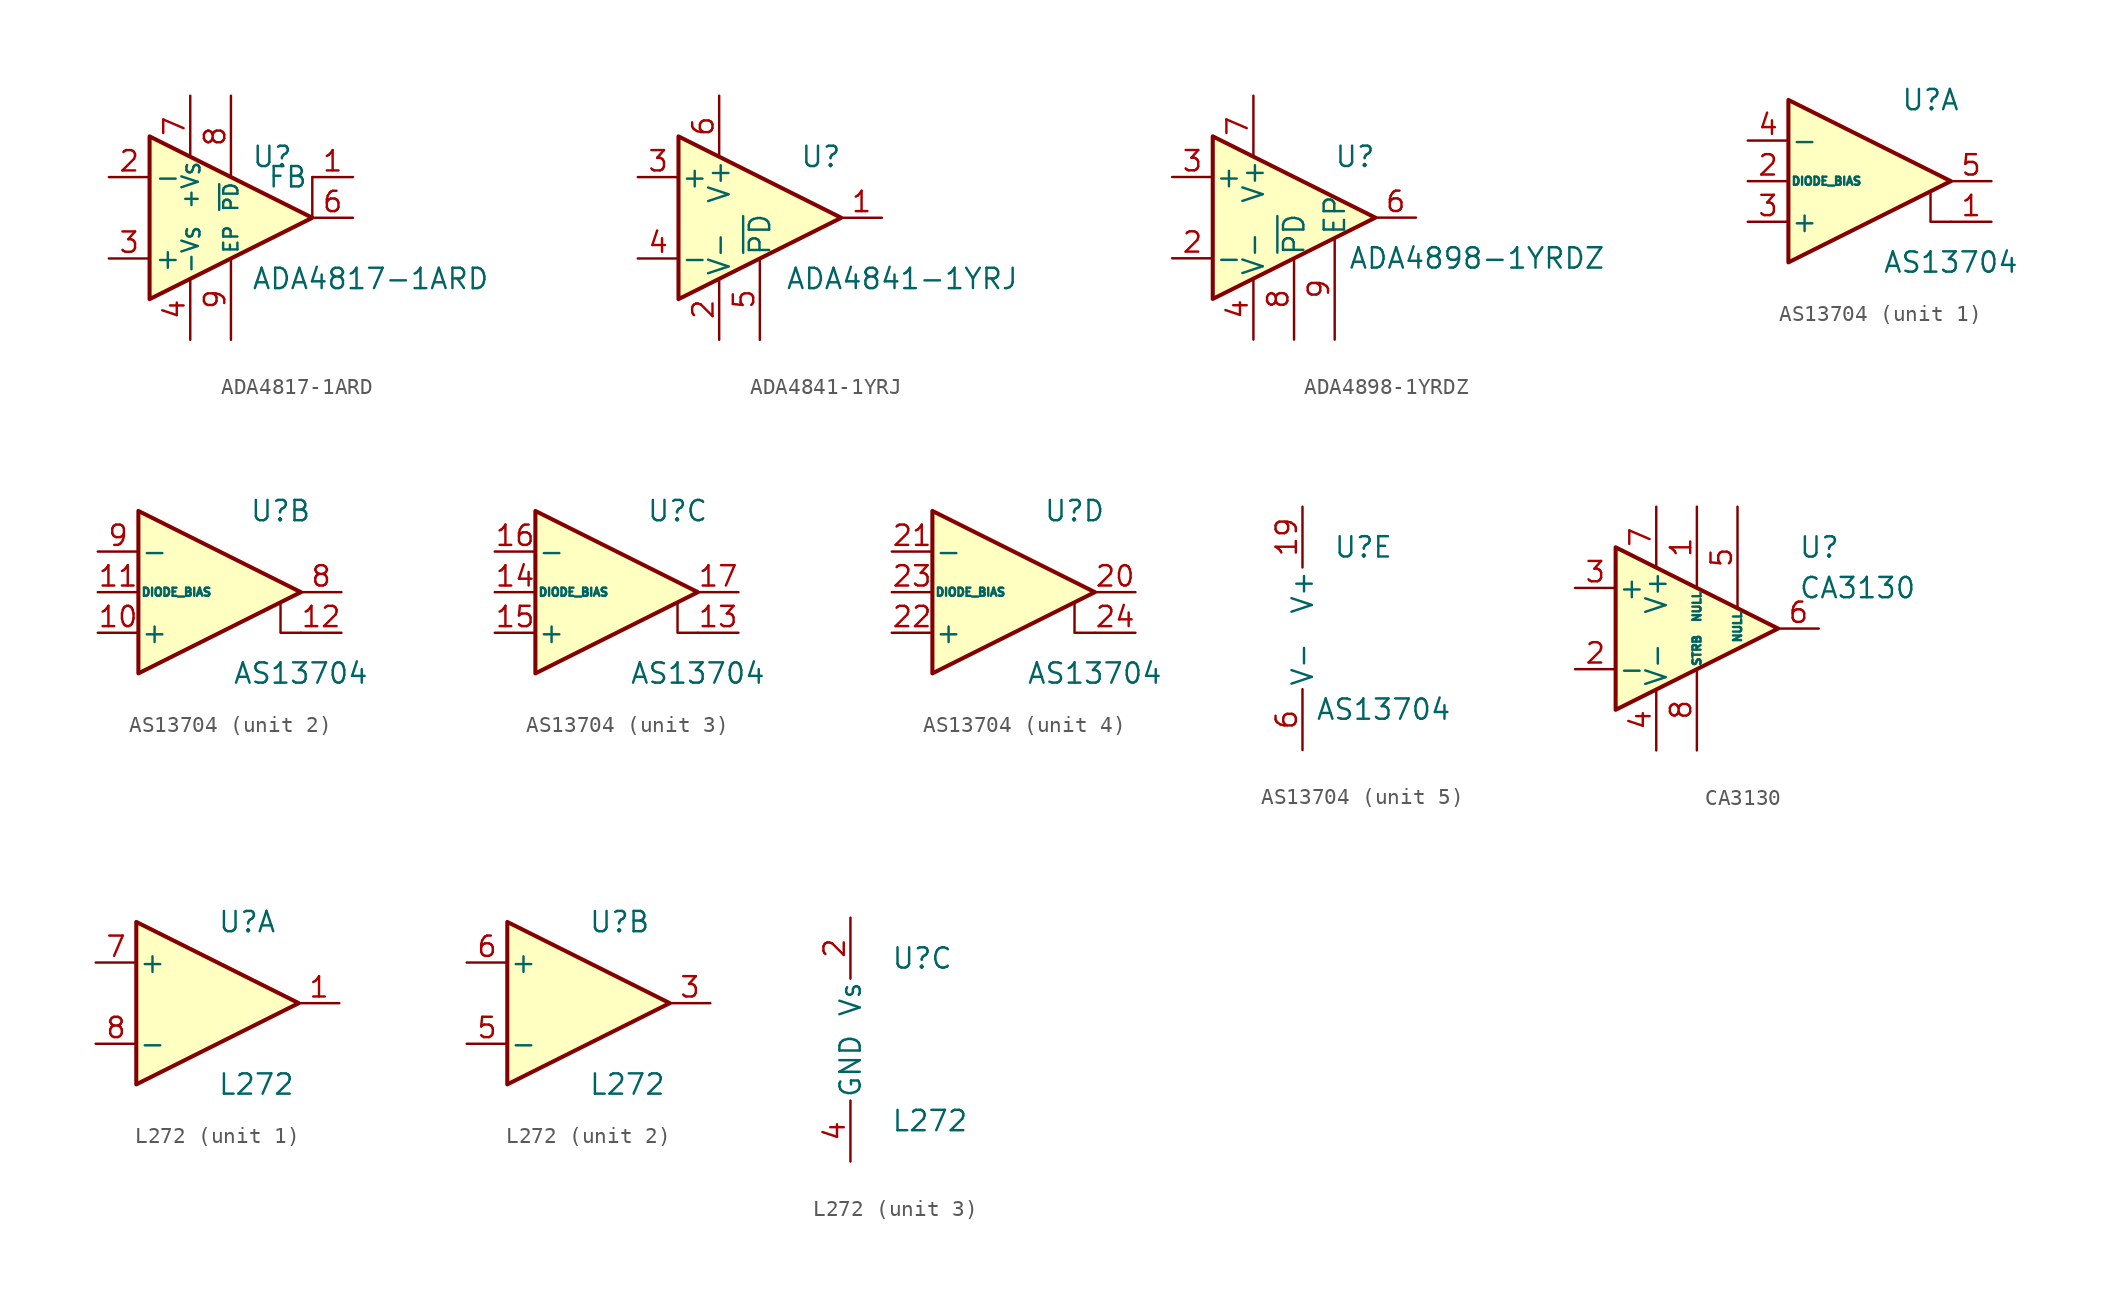
<source format=kicad_sym>
(kicad_symbol_lib
  (version 20231120)
  (generator "kicad_symbol_editor")
  (generator_version "8.0")
  (symbol "ADA4817-1ARD"
    (pin_names
      (offset 0.254))
    (property "Reference" "U"
      (at 1.27 3.81 0)
      (effects (font (size 1.27 1.27)) (justify left)))
    (property "Value" "ADA4817-1ARD"
      (at 1.27 -3.81 0)
      (effects (font (size 1.27 1.27)) (justify left)))
    (symbol "ADA4817-1ARD_0_1"
      (polyline (pts (xy 5.08 0) (xy 5.08 2.54)) (stroke (width 0) (type default)) (fill (type none)))
      (polyline (pts (xy -5.08 5.08) (xy 5.08 0) (xy -5.08 -5.08) (xy -5.08 5.08)) (stroke (width 0.254) (type default)) (fill (type background))))
    (symbol "ADA4817-1ARD_1_0"
      (pin output line (at 7.62 2.54 180) (length 2.54) (name "FB" (effects (font (size 1.27 1.27)))) (number "1" (effects (font (size 1.27 1.27)))))
      (pin no_connect line (at -5.08 0 0) (length 2.54) hide (name "" (effects (font (size 1.27 1.27)))) (number "5" (effects (font (size 1.27 1.27)))))
      (pin power_in line (at 0 -7.62 90) (length 5.08) (name "EP" (effects (font (size 0.889 0.889)))) (number "9" (effects (font (size 1.27 1.27))))))
    (symbol "ADA4817-1ARD_1_1"
      (pin input line (at -7.62 2.54 0) (length 2.54) (name "-" (effects (font (size 1.27 1.27)))) (number "2" (effects (font (size 1.27 1.27)))))
      (pin input line (at -7.62 -2.54 0) (length 2.54) (name "+" (effects (font (size 1.27 1.27)))) (number "3" (effects (font (size 1.27 1.27)))))
      (pin power_in line (at -2.54 -7.62 90) (length 3.81) (name "-V_{S}" (effects (font (size 1.016 1.016)))) (number "4" (effects (font (size 1.27 1.27)))))
      (pin output line (at 7.62 0 180) (length 2.54) (name "~" (effects (font (size 1.27 1.27)))) (number "6" (effects (font (size 1.27 1.27)))))
      (pin power_in line (at -2.54 7.62 270) (length 3.81) (name "+V_{S}" (effects (font (size 1.016 1.016)))) (number "7" (effects (font (size 1.27 1.27)))))
      (pin input line (at 0 7.62 270) (length 5.08) (name "~{PD}" (effects (font (size 0.889 0.889)))) (number "8" (effects (font (size 1.27 1.27)))))))
  (symbol "ADA4841-1YRJ"
    (pin_names
      (offset 0.127))
    (property "Reference" "U"
      (at 3.81 3.81 0)
      (effects (font (size 1.27 1.27))))
    (property "Value" "ADA4841-1YRJ"
      (at 8.89 -3.81 0)
      (effects (font (size 1.27 1.27))))
    (symbol "ADA4841-1YRJ_1_1"
      (polyline (pts (xy -5.08 5.08) (xy 5.08 0) (xy -5.08 -5.08) (xy -5.08 5.08)) (stroke (width 0.254) (type default)) (fill (type background)))
      (pin output line (at 7.62 0 180) (length 2.54) (name "~" (effects (font (size 1.27 1.27)))) (number "1" (effects (font (size 1.27 1.27)))))
      (pin power_in line (at -2.54 -7.62 90) (length 3.81) (name "V-" (effects (font (size 1.27 1.27)))) (number "2" (effects (font (size 1.27 1.27)))))
      (pin input line (at -7.62 2.54 0) (length 2.54) (name "+" (effects (font (size 1.27 1.27)))) (number "3" (effects (font (size 1.27 1.27)))))
      (pin input line (at -7.62 -2.54 0) (length 2.54) (name "-" (effects (font (size 1.27 1.27)))) (number "4" (effects (font (size 1.27 1.27)))))
      (pin input line (at 0 -7.62 90) (length 5.08) (name "~{PD}" (effects (font (size 1.27 1.27)))) (number "5" (effects (font (size 1.27 1.27)))))
      (pin power_in line (at -2.54 7.62 270) (length 3.81) (name "V+" (effects (font (size 1.27 1.27)))) (number "6" (effects (font (size 1.27 1.27)))))))
  (symbol "ADA4898-1YRDZ"
    (pin_names
      (offset 0.127))
    (property "Reference" "U"
      (at 3.81 3.81 0)
      (effects (font (size 1.27 1.27))))
    (property "Value" "ADA4898-1YRDZ"
      (at 11.43 -2.54 0)
      (effects (font (size 1.27 1.27))))
    (symbol "ADA4898-1YRDZ_1_1"
      (polyline (pts (xy -5.08 5.08) (xy 5.08 0) (xy -5.08 -5.08) (xy -5.08 5.08)) (stroke (width 0.254) (type default)) (fill (type background)))
      (pin input line (at -7.62 -2.54 0) (length 2.54) (name "-" (effects (font (size 1.27 1.27)))) (number "2" (effects (font (size 1.27 1.27)))))
      (pin input line (at -7.62 2.54 0) (length 2.54) (name "+" (effects (font (size 1.27 1.27)))) (number "3" (effects (font (size 1.27 1.27)))))
      (pin power_in line (at -2.54 -7.62 90) (length 3.81) (name "V-" (effects (font (size 1.27 1.27)))) (number "4" (effects (font (size 1.27 1.27)))))
      (pin output line (at 7.62 0 180) (length 2.54) (name "~" (effects (font (size 1.27 1.27)))) (number "6" (effects (font (size 1.27 1.27)))))
      (pin power_in line (at -2.54 7.62 270) (length 3.81) (name "V+" (effects (font (size 1.27 1.27)))) (number "7" (effects (font (size 1.27 1.27)))))
      (pin input line (at 0 -7.62 90) (length 5.08) (name "~{PD}" (effects (font (size 1.27 1.27)))) (number "8" (effects (font (size 1.27 1.27)))))
      (pin passive line (at 2.54 -7.62 90) (length 6.35) (name "EP" (effects (font (size 1.27 1.27)))) (number "9" (effects (font (size 1.27 1.27)))))))
  (symbol "AS13704"
    (pin_names
      (offset 0.127))
    (property "Reference" "U"
      (at 3.81 5.08 0)
      (effects (font (size 1.27 1.27))))
    (property "Value" "AS13704"
      (at 5.08 -5.08 0)
      (effects (font (size 1.27 1.27))))
    (property "ki_locked" ""
      (at 0 0 0)
      (effects (font (size 1.27 1.27))))
    (symbol "AS13704_1_1"
      (polyline (pts (xy 3.81 -0.635) (xy 3.81 -2.54) (xy 5.08 -2.54)) (stroke (width 0) (type default)) (fill (type none)))
      (polyline (pts (xy 5.08 0) (xy -5.08 -5.08) (xy -5.08 5.08) (xy 5.08 0)) (stroke (width 0.254) (type default)) (fill (type background)))
      (pin input line (at 7.62 -2.54 180) (length 2.54) (name "~" (effects (font (size 1.27 1.27)))) (number "1" (effects (font (size 1.27 1.27)))))
      (pin no_connect line (at 0 -2.54 180) (length 2.54) hide (name "NC" (effects (font (size 1.27 1.27)))) (number "18" (effects (font (size 1.27 1.27)))))
      (pin input line (at -7.62 0 0) (length 2.54) (name "DIODE_BIAS" (effects (font (size 0.508 0.508)))) (number "2" (effects (font (size 1.27 1.27)))))
      (pin input line (at -7.62 -2.54 0) (length 2.54) (name "+" (effects (font (size 1.27 1.27)))) (number "3" (effects (font (size 1.27 1.27)))))
      (pin input line (at -7.62 2.54 0) (length 2.54) (name "-" (effects (font (size 1.27 1.27)))) (number "4" (effects (font (size 1.27 1.27)))))
      (pin output line (at 7.62 0 180) (length 2.54) (name "~" (effects (font (size 1.27 1.27)))) (number "5" (effects (font (size 1.27 1.27)))))
      (pin no_connect line (at 0 2.54 180) (length 2.54) hide (name "NC" (effects (font (size 1.27 1.27)))) (number "7" (effects (font (size 1.27 1.27))))))
    (symbol "AS13704_2_1"
      (polyline (pts (xy 3.81 -0.635) (xy 3.81 -2.54) (xy 5.08 -2.54)) (stroke (width 0) (type default)) (fill (type none)))
      (polyline (pts (xy 5.08 0) (xy -5.08 -5.08) (xy -5.08 5.08) (xy 5.08 0)) (stroke (width 0.254) (type default)) (fill (type background)))
      (pin input line (at -7.62 -2.54 0) (length 2.54) (name "+" (effects (font (size 1.27 1.27)))) (number "10" (effects (font (size 1.27 1.27)))))
      (pin input line (at -7.62 0 0) (length 2.54) (name "DIODE_BIAS" (effects (font (size 0.508 0.508)))) (number "11" (effects (font (size 1.27 1.27)))))
      (pin input line (at 7.62 -2.54 180) (length 2.54) (name "~" (effects (font (size 1.27 1.27)))) (number "12" (effects (font (size 1.27 1.27)))))
      (pin output line (at 7.62 0 180) (length 2.54) (name "~" (effects (font (size 1.27 1.27)))) (number "8" (effects (font (size 1.27 1.27)))))
      (pin input line (at -7.62 2.54 0) (length 2.54) (name "-" (effects (font (size 1.27 1.27)))) (number "9" (effects (font (size 1.27 1.27))))))
    (symbol "AS13704_3_1"
      (polyline (pts (xy 3.81 -0.635) (xy 3.81 -2.54) (xy 5.08 -2.54)) (stroke (width 0) (type default)) (fill (type none)))
      (polyline (pts (xy 5.08 0) (xy -5.08 -5.08) (xy -5.08 5.08) (xy 5.08 0)) (stroke (width 0.254) (type default)) (fill (type background)))
      (pin input line (at 7.62 -2.54 180) (length 2.54) (name "~" (effects (font (size 1.27 1.27)))) (number "13" (effects (font (size 1.27 1.27)))))
      (pin input line (at -7.62 0 0) (length 2.54) (name "DIODE_BIAS" (effects (font (size 0.508 0.508)))) (number "14" (effects (font (size 1.27 1.27)))))
      (pin input line (at -7.62 -2.54 0) (length 2.54) (name "+" (effects (font (size 1.27 1.27)))) (number "15" (effects (font (size 1.27 1.27)))))
      (pin input line (at -7.62 2.54 0) (length 2.54) (name "-" (effects (font (size 1.27 1.27)))) (number "16" (effects (font (size 1.27 1.27)))))
      (pin output line (at 7.62 0 180) (length 2.54) (name "~" (effects (font (size 1.27 1.27)))) (number "17" (effects (font (size 1.27 1.27))))))
    (symbol "AS13704_4_1"
      (polyline (pts (xy 3.81 -0.635) (xy 3.81 -2.54) (xy 5.08 -2.54)) (stroke (width 0) (type default)) (fill (type none)))
      (polyline (pts (xy 5.08 0) (xy -5.08 -5.08) (xy -5.08 5.08) (xy 5.08 0)) (stroke (width 0.254) (type default)) (fill (type background)))
      (pin output line (at 7.62 0 180) (length 2.54) (name "~" (effects (font (size 1.27 1.27)))) (number "20" (effects (font (size 1.27 1.27)))))
      (pin input line (at -7.62 2.54 0) (length 2.54) (name "-" (effects (font (size 1.27 1.27)))) (number "21" (effects (font (size 1.27 1.27)))))
      (pin input line (at -7.62 -2.54 0) (length 2.54) (name "+" (effects (font (size 1.27 1.27)))) (number "22" (effects (font (size 1.27 1.27)))))
      (pin input line (at -7.62 0 0) (length 2.54) (name "DIODE_BIAS" (effects (font (size 0.508 0.508)))) (number "23" (effects (font (size 1.27 1.27)))))
      (pin input line (at 7.62 -2.54 180) (length 2.54) (name "~" (effects (font (size 1.27 1.27)))) (number "24" (effects (font (size 1.27 1.27))))))
    (symbol "AS13704_5_1"
      (pin power_in line (at 0 7.62 270) (length 3.81) (name "V+" (effects (font (size 1.27 1.27)))) (number "19" (effects (font (size 1.27 1.27)))))
      (pin power_in line (at 0 -7.62 90) (length 3.81) (name "V-" (effects (font (size 1.27 1.27)))) (number "6" (effects (font (size 1.27 1.27)))))))
  (symbol "CA3130"
    (pin_names
      (offset 0.127))
    (property "Reference" "U"
      (at 6.35 5.08 0)
      (effects (font (size 1.27 1.27)) (justify left)))
    (property "Value" "CA3130"
      (at 6.35 2.54 0)
      (effects (font (size 1.27 1.27)) (justify left)))
    (symbol "CA3130_0_1"
      (polyline (pts (xy -5.08 5.08) (xy 5.08 0) (xy -5.08 -5.08) (xy -5.08 5.08)) (stroke (width 0.254) (type default)) (fill (type background))))
    (symbol "CA3130_1_1"
      (pin passive line (at 0 7.62 270) (length 5.08) (name "NULL" (effects (font (size 0.508 0.508)))) (number "1" (effects (font (size 1.27 1.27)))))
      (pin input line (at -7.62 -2.54 0) (length 2.54) (name "-" (effects (font (size 1.27 1.27)))) (number "2" (effects (font (size 1.27 1.27)))))
      (pin input line (at -7.62 2.54 0) (length 2.54) (name "+" (effects (font (size 1.27 1.27)))) (number "3" (effects (font (size 1.27 1.27)))))
      (pin power_in line (at -2.54 -7.62 90) (length 3.81) (name "V-" (effects (font (size 1.27 1.27)))) (number "4" (effects (font (size 1.27 1.27)))))
      (pin passive line (at 2.54 7.62 270) (length 6.35) (name "NULL" (effects (font (size 0.508 0.508)))) (number "5" (effects (font (size 1.27 1.27)))))
      (pin output line (at 7.62 0 180) (length 2.54) (name "~" (effects (font (size 1.27 1.27)))) (number "6" (effects (font (size 1.27 1.27)))))
      (pin power_in line (at -2.54 7.62 270) (length 3.81) (name "V+" (effects (font (size 1.27 1.27)))) (number "7" (effects (font (size 1.27 1.27)))))
      (pin passive line (at 0 -7.62 90) (length 5.08) (name "STRB" (effects (font (size 0.508 0.508)))) (number "8" (effects (font (size 1.27 1.27)))))))
  (symbol "L272"
    (pin_names
      (offset 0.127))
    (property "Reference" "U"
      (at 0 5.08 0)
      (effects (font (size 1.27 1.27)) (justify left)))
    (property "Value" "L272"
      (at 0 -5.08 0)
      (effects (font (size 1.27 1.27)) (justify left)))
    (property "ki_locked" ""
      (at 0 0 0)
      (effects (font (size 1.27 1.27))))
    (symbol "L272_1_1"
      (polyline (pts (xy -5.08 5.08) (xy 5.08 0) (xy -5.08 -5.08) (xy -5.08 5.08)) (stroke (width 0.254) (type default)) (fill (type background)))
      (pin output line (at 7.62 0 180) (length 2.54) (name "~" (effects (font (size 1.27 1.27)))) (number "1" (effects (font (size 1.27 1.27)))))
      (pin input line (at -7.62 2.54 0) (length 2.54) (name "+" (effects (font (size 1.27 1.27)))) (number "7" (effects (font (size 1.27 1.27)))))
      (pin input line (at -7.62 -2.54 0) (length 2.54) (name "-" (effects (font (size 1.27 1.27)))) (number "8" (effects (font (size 1.27 1.27))))))
    (symbol "L272_2_1"
      (polyline (pts (xy -5.08 5.08) (xy 5.08 0) (xy -5.08 -5.08) (xy -5.08 5.08)) (stroke (width 0.254) (type default)) (fill (type background)))
      (pin output line (at 7.62 0 180) (length 2.54) (name "~" (effects (font (size 1.27 1.27)))) (number "3" (effects (font (size 1.27 1.27)))))
      (pin input line (at -7.62 -2.54 0) (length 2.54) (name "-" (effects (font (size 1.27 1.27)))) (number "5" (effects (font (size 1.27 1.27)))))
      (pin input line (at -7.62 2.54 0) (length 2.54) (name "+" (effects (font (size 1.27 1.27)))) (number "6" (effects (font (size 1.27 1.27))))))
    (symbol "L272_3_1"
      (pin passive line (at -2.54 -7.62 90) (length 3.81) hide (name "GND" (effects (font (size 1.27 1.27)))) (number "10" (effects (font (size 1.27 1.27)))))
      (pin passive line (at -2.54 -7.62 90) (length 3.81) hide (name "GND" (effects (font (size 1.27 1.27)))) (number "11" (effects (font (size 1.27 1.27)))))
      (pin passive line (at -2.54 -7.62 90) (length 3.81) hide (name "GND" (effects (font (size 1.27 1.27)))) (number "12" (effects (font (size 1.27 1.27)))))
      (pin passive line (at -2.54 -7.62 90) (length 3.81) hide (name "GND" (effects (font (size 1.27 1.27)))) (number "13" (effects (font (size 1.27 1.27)))))
      (pin passive line (at -2.54 -7.62 90) (length 3.81) hide (name "GND" (effects (font (size 1.27 1.27)))) (number "14" (effects (font (size 1.27 1.27)))))
      (pin passive line (at -2.54 -7.62 90) (length 3.81) hide (name "GND" (effects (font (size 1.27 1.27)))) (number "15" (effects (font (size 1.27 1.27)))))
      (pin passive line (at -2.54 -7.62 90) (length 3.81) hide (name "GND" (effects (font (size 1.27 1.27)))) (number "16" (effects (font (size 1.27 1.27)))))
      (pin power_in line (at -2.54 7.62 270) (length 3.81) (name "Vs" (effects (font (size 1.27 1.27)))) (number "2" (effects (font (size 1.27 1.27)))))
      (pin power_in line (at -2.54 -7.62 90) (length 3.81) (name "GND" (effects (font (size 1.27 1.27)))) (number "4" (effects (font (size 1.27 1.27)))))
      (pin passive line (at -2.54 -7.62 90) (length 3.81) hide (name "GND" (effects (font (size 1.27 1.27)))) (number "9" (effects (font (size 1.27 1.27))))))))
</source>
